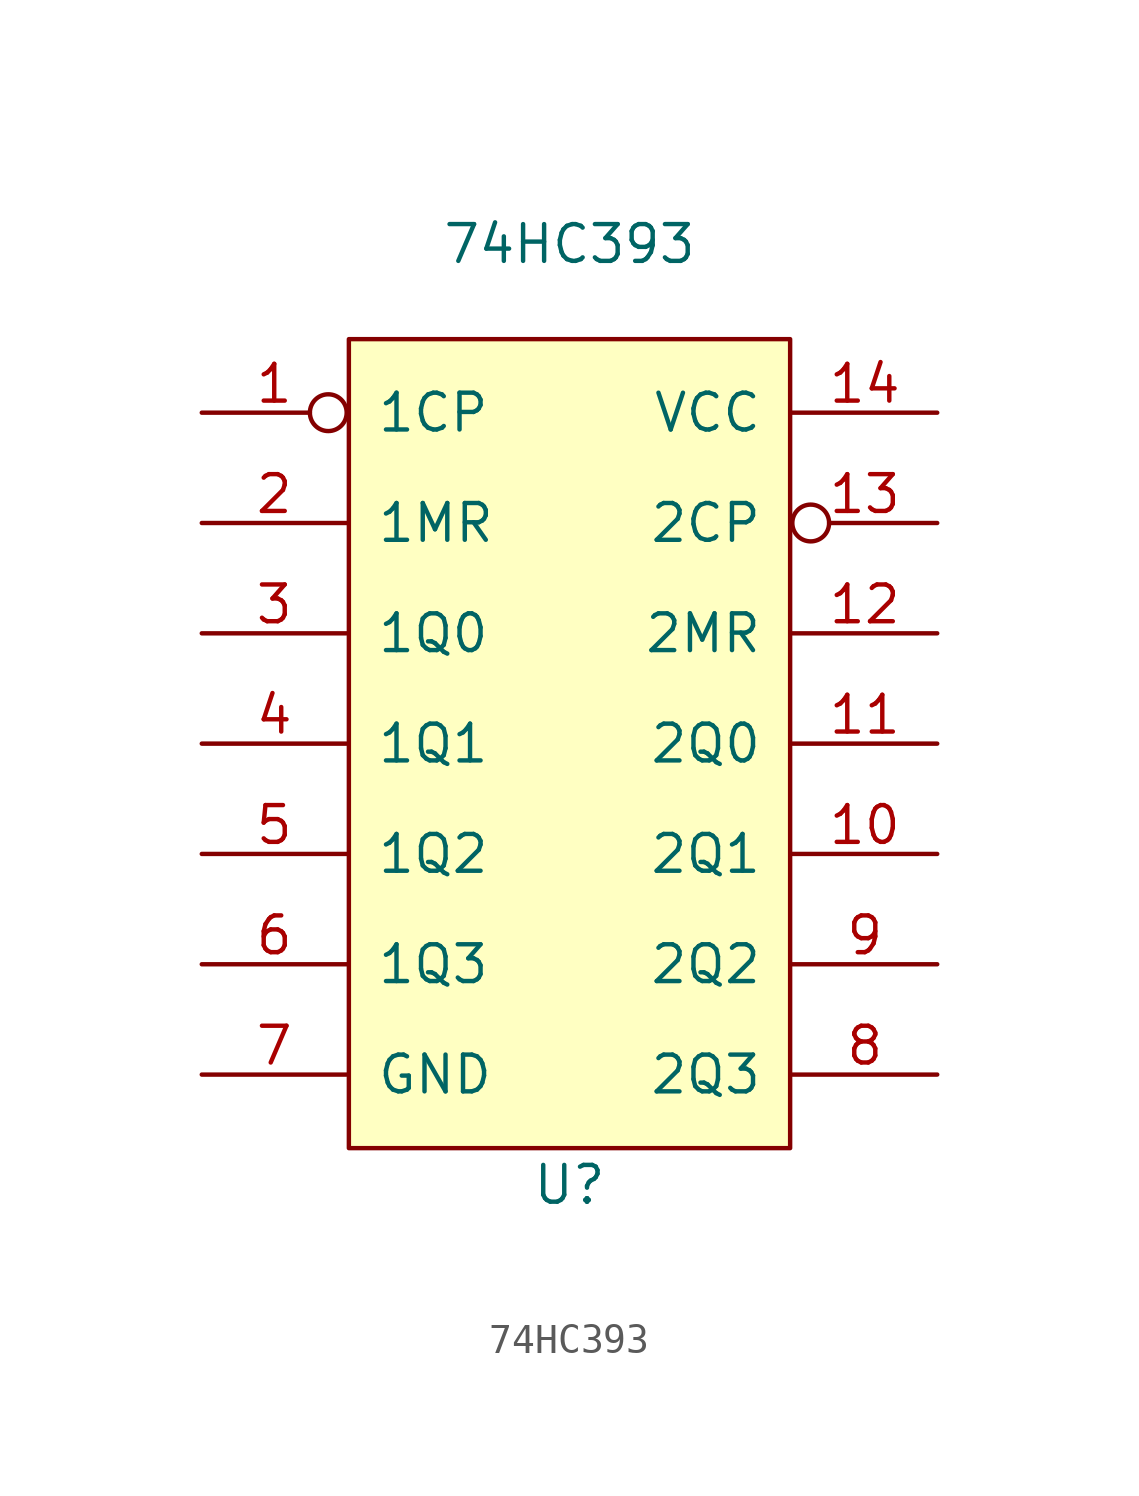
<source format=kicad_sym>
(kicad_symbol_lib
  (version 20220914)
  (generator kicad_symbol_editor)
  (symbol "74HC393"
    (pin_names
      (offset 1.016))
    (property "Reference" "U"
      (at 0 -1.27 0)
      (effects (font (size 1.27 1.27))))
    (property "Value" "74HC393"
      (at 0 30.48 0)
      (effects (font (size 1.27 1.27)) (justify bottom)))
    (symbol "74HC393_0_1"
      (rectangle (start -7.62 27.94) (end 7.62 0) (stroke (width 0) (type solid)) (fill (type background))))
    (symbol "74HC393_1_1"
      (pin input inverted (at -12.7 25.4 0) (length 5.004) (name "1CP" (effects (font (size 1.27 1.27)))) (number "1" (effects (font (size 1.27 1.27)))))
      (pin output line (at 12.7 10.16 180) (length 5.004) (name "2Q1" (effects (font (size 1.27 1.27)))) (number "10" (effects (font (size 1.27 1.27)))))
      (pin output line (at 12.7 13.97 180) (length 5.004) (name "2Q0" (effects (font (size 1.27 1.27)))) (number "11" (effects (font (size 1.27 1.27)))))
      (pin input line (at 12.7 17.78 180) (length 5.004) (name "2MR" (effects (font (size 1.27 1.27)))) (number "12" (effects (font (size 1.27 1.27)))))
      (pin input inverted (at 12.7 21.59 180) (length 5.004) (name "2CP" (effects (font (size 1.27 1.27)))) (number "13" (effects (font (size 1.27 1.27)))))
      (pin power_in line (at 12.7 25.4 180) (length 5.004) (name "VCC" (effects (font (size 1.27 1.27)))) (number "14" (effects (font (size 1.27 1.27)))))
      (pin input line (at -12.7 21.59 0) (length 5.004) (name "1MR" (effects (font (size 1.27 1.27)))) (number "2" (effects (font (size 1.27 1.27)))))
      (pin output line (at -12.7 17.78 0) (length 5.004) (name "1Q0" (effects (font (size 1.27 1.27)))) (number "3" (effects (font (size 1.27 1.27)))))
      (pin output line (at -12.7 13.97 0) (length 5.004) (name "1Q1" (effects (font (size 1.27 1.27)))) (number "4" (effects (font (size 1.27 1.27)))))
      (pin output line (at -12.7 10.16 0) (length 5.004) (name "1Q2" (effects (font (size 1.27 1.27)))) (number "5" (effects (font (size 1.27 1.27)))))
      (pin output line (at -12.7 6.35 0) (length 5.004) (name "1Q3" (effects (font (size 1.27 1.27)))) (number "6" (effects (font (size 1.27 1.27)))))
      (pin power_in line (at -12.7 2.54 0) (length 5.004) (name "GND" (effects (font (size 1.27 1.27)))) (number "7" (effects (font (size 1.27 1.27)))))
      (pin output line (at 12.7 2.54 180) (length 5.004) (name "2Q3" (effects (font (size 1.27 1.27)))) (number "8" (effects (font (size 1.27 1.27)))))
      (pin output line (at 12.7 6.35 180) (length 5.004) (name "2Q2" (effects (font (size 1.27 1.27)))) (number "9" (effects (font (size 1.27 1.27))))))))
</source>
